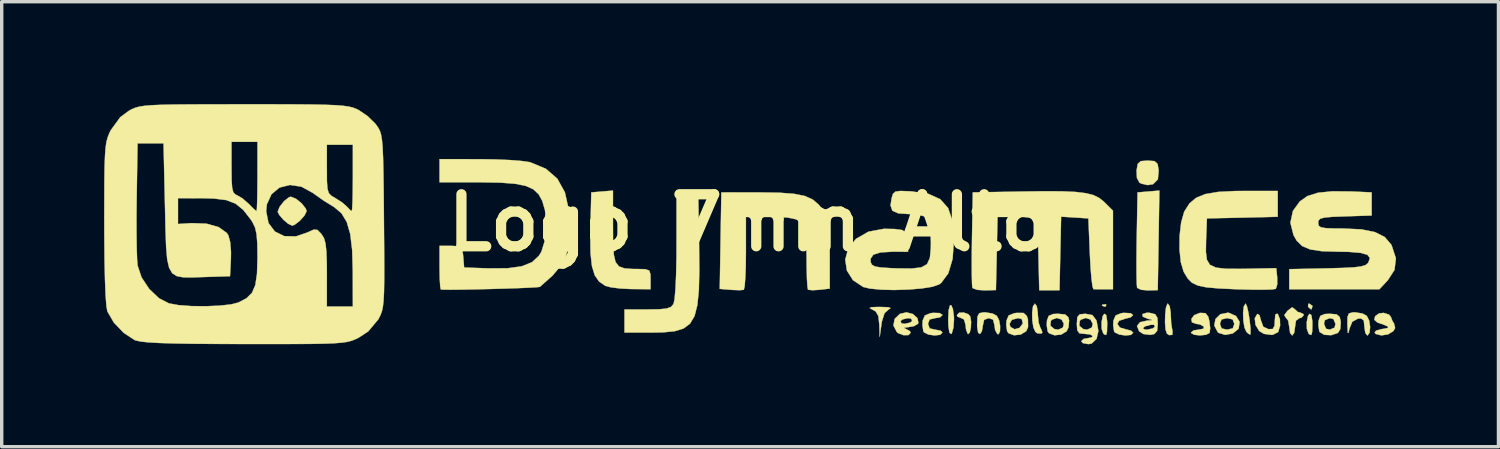
<source format=kicad_pcb>
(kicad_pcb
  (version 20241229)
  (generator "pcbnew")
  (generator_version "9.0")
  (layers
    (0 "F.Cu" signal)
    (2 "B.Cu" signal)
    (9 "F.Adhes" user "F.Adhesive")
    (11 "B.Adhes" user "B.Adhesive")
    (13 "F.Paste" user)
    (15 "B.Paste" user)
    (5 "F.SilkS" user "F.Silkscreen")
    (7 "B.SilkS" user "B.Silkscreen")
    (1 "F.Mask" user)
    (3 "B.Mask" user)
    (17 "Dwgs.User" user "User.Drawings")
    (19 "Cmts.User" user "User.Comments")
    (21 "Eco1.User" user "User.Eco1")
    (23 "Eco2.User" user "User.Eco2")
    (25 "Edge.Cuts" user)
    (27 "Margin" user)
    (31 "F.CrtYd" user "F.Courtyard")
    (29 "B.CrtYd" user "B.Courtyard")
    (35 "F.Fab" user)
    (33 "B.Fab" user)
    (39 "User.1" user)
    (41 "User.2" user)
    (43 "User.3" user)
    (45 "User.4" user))
  (footprint "Logo 7mm Alto"
    (layer "F.Cu")
    (at 18.886 3.475)
    (property "Reference" "Logo 7mm Alto" (at 0 0 0) (layer "F.SilkS") (effects (font (size 1.524 1.524) (thickness 0.3))))
    (attr through_hole)
    (fp_poly (pts (xy 10.47 2.399) (xy 10.459 2.449) (xy 10.414 2.455) (xy 10.344 2.424) (xy 10.358 2.399) (xy 10.458 2.389) (xy 10.47 2.399)) (stroke (width 0.01) (type solid)) (fill yes) (layer "F.SilkS"))
    (fp_poly (pts (xy 16.507 2.432) (xy 16.51 2.455) (xy 16.481 2.538) (xy 16.473 2.54) (xy 16.4 2.481) (xy 16.383 2.455) (xy 16.39 2.377) (xy 16.42 2.371) (xy 16.507 2.432)) (stroke (width 0.01) (type solid)) (fill yes) (layer "F.SilkS"))
    (fp_poly (pts (xy 10.47 2.705) (xy 10.497 2.884) (xy 10.499 2.958) (xy 10.493 3.193) (xy 10.469 3.288) (xy 10.414 3.272) (xy 10.386 3.246) (xy 10.338 3.112) (xy 10.334 2.912) (xy 10.369 2.733) (xy 10.414 2.667) (xy 10.47 2.705)) (stroke (width 0.01) (type solid)) (fill yes) (layer "F.SilkS"))
    (fp_poly (pts (xy 16.481 2.705) (xy 16.508 2.884) (xy 16.51 2.958) (xy 16.504 3.193) (xy 16.48 3.288) (xy 16.425 3.272) (xy 16.397 3.246) (xy 16.349 3.112) (xy 16.345 2.912) (xy 16.381 2.733) (xy 16.425 2.667) (xy 16.481 2.705)) (stroke (width 0.01) (type solid)) (fill yes) (layer "F.SilkS"))
    (fp_poly (pts (xy 5.978 2.523) (xy 6.008 2.737) (xy 6.011 2.836) (xy 5.994 3.074) (xy 5.949 3.233) (xy 5.927 3.26) (xy 5.876 3.216) (xy 5.847 3.023) (xy 5.842 2.836) (xy 5.855 2.56) (xy 5.893 2.422) (xy 5.927 2.413) (xy 5.978 2.523)) (stroke (width 0.01) (type solid)) (fill yes) (layer "F.SilkS"))
    (fp_poly (pts (xy 11.885 -1.805) (xy 11.974 -1.725) (xy 12.008 -1.533) (xy 11.983 -1.27) (xy 11.844 -1.13) (xy 11.684 -1.103) (xy 11.497 -1.147) (xy 11.445 -1.174) (xy 11.37 -1.311) (xy 11.36 -1.533) (xy 11.394 -1.726) (xy 11.484 -1.805) (xy 11.684 -1.82) (xy 11.885 -1.805)) (stroke (width 0.01) (type solid)) (fill yes) (layer "F.SilkS"))
    (fp_poly (pts (xy 12.004 0.516) (xy 11.98 1.974) (xy 11.694 1.982) (xy 11.492 1.964) (xy 11.379 1.909) (xy 11.375 1.902) (xy 11.365 1.791) (xy 11.359 1.541) (xy 11.357 1.184) (xy 11.36 0.751) (xy 11.364 0.462) (xy 11.388 -0.889) (xy 11.707 -0.915) (xy 12.027 -0.942) (xy 12.004 0.516)) (stroke (width 0.01) (type solid)) (fill yes) (layer "F.SilkS"))
    (fp_poly (pts (xy 14.592 2.445) (xy 14.635 2.629) (xy 14.672 2.864) (xy 14.696 3.09) (xy 14.697 3.248) (xy 14.689 3.279) (xy 14.631 3.247) (xy 14.578 3.199) (xy 14.521 3.07) (xy 14.487 2.863) (xy 14.48 2.637) (xy 14.5 2.453) (xy 14.55 2.371) (xy 14.554 2.371) (xy 14.592 2.445)) (stroke (width 0.01) (type solid)) (fill yes) (layer "F.SilkS"))
    (fp_poly (pts (xy 4.087 2.475) (xy 4.157 2.502) (xy 4.106 2.533) (xy 3.976 2.648) (xy 3.899 2.89) (xy 3.886 2.971) (xy 3.835 3.344) (xy 3.823 2.982) (xy 3.795 2.733) (xy 3.717 2.598) (xy 3.619 2.543) (xy 3.539 2.498) (xy 3.591 2.474) (xy 3.793 2.467) (xy 3.852 2.467) (xy 4.087 2.475)) (stroke (width 0.01) (type solid)) (fill yes) (layer "F.SilkS"))
    (fp_poly (pts (xy 6.435 2.683) (xy 6.486 2.745) (xy 6.512 2.897) (xy 6.505 3.074) (xy 6.473 3.216) (xy 6.425 3.262) (xy 6.413 3.254) (xy 6.363 3.125) (xy 6.35 2.992) (xy 6.303 2.832) (xy 6.223 2.794) (xy 6.11 2.748) (xy 6.096 2.709) (xy 6.16 2.637) (xy 6.298 2.631) (xy 6.435 2.683)) (stroke (width 0.01) (type solid)) (fill yes) (layer "F.SilkS"))
    (fp_poly (pts (xy 12.33 2.446) (xy 12.359 2.633) (xy 12.361 2.702) (xy 12.374 2.953) (xy 12.405 3.145) (xy 12.413 3.168) (xy 12.408 3.283) (xy 12.314 3.292) (xy 12.248 3.246) (xy 12.209 3.13) (xy 12.193 2.925) (xy 12.198 2.691) (xy 12.221 2.488) (xy 12.262 2.377) (xy 12.277 2.371) (xy 12.33 2.446)) (stroke (width 0.01) (type solid)) (fill yes) (layer "F.SilkS"))
    (fp_poly (pts (xy -13.267 -0.703) (xy -13.099 -0.567) (xy -12.978 -0.413) (xy -12.954 -0.339) (xy -13.014 -0.213) (xy -13.152 -0.059) (xy -13.303 0.058) (xy -13.377 0.085) (xy -13.494 0.03) (xy -13.631 -0.085) (xy -13.755 -0.229) (xy -13.801 -0.32) (xy -13.744 -0.467) (xy -13.615 -0.632) (xy -13.471 -0.746) (xy -13.415 -0.762) (xy -13.267 -0.703)) (stroke (width 0.01) (type solid)) (fill yes) (layer "F.SilkS"))
    (fp_poly (pts (xy 8.436 2.446) (xy 8.465 2.631) (xy 8.467 2.692) (xy 8.489 2.926) (xy 8.546 3.09) (xy 8.559 3.106) (xy 8.6 3.213) (xy 8.572 3.247) (xy 8.453 3.239) (xy 8.396 3.197) (xy 8.337 3.067) (xy 8.305 2.858) (xy 8.301 2.633) (xy 8.325 2.45) (xy 8.379 2.371) (xy 8.382 2.371) (xy 8.436 2.446)) (stroke (width 0.01) (type solid)) (fill yes) (layer "F.SilkS"))
    (fp_poly (pts (xy 15.981 2.52) (xy 16.085 2.616) (xy 16.136 2.625) (xy 16.244 2.673) (xy 16.256 2.709) (xy 16.187 2.784) (xy 16.129 2.794) (xy 16.028 2.87) (xy 16.002 3.048) (xy 15.977 3.226) (xy 15.918 3.302) (xy 15.917 3.302) (xy 15.857 3.229) (xy 15.833 3.055) (xy 15.801 2.867) (xy 15.728 2.773) (xy 15.686 2.707) (xy 15.784 2.576) (xy 15.917 2.477) (xy 15.981 2.52)) (stroke (width 0.01) (type solid)) (fill yes) (layer "F.SilkS"))
    (fp_poly (pts (xy 11.189 2.651) (xy 11.256 2.708) (xy 11.18 2.775) (xy 11.028 2.81) (xy 10.849 2.871) (xy 10.795 2.963) (xy 10.871 3.07) (xy 11.028 3.117) (xy 11.197 3.161) (xy 11.261 3.223) (xy 11.192 3.286) (xy 11.032 3.302) (xy 10.852 3.275) (xy 10.722 3.212) (xy 10.701 3.181) (xy 10.675 3.003) (xy 10.682 2.864) (xy 10.745 2.717) (xy 10.91 2.65) (xy 10.986 2.64) (xy 11.189 2.651)) (stroke (width 0.01) (type solid)) (fill yes) (layer "F.SilkS"))
    (fp_poly (pts (xy 15.501 2.682) (xy 15.559 2.827) (xy 15.564 3.017) (xy 15.506 3.203) (xy 15.358 3.279) (xy 15.314 3.285) (xy 15.092 3.255) (xy 14.954 3.174) (xy 14.844 2.993) (xy 14.822 2.801) (xy 14.896 2.671) (xy 14.96 2.706) (xy 15.001 2.856) (xy 15.071 3.048) (xy 15.219 3.117) (xy 15.35 3.112) (xy 15.402 3.015) (xy 15.409 2.868) (xy 15.425 2.689) (xy 15.478 2.663) (xy 15.501 2.682)) (stroke (width 0.01) (type solid)) (fill yes) (layer "F.SilkS"))
    (fp_poly (pts (xy 5.587 2.646) (xy 5.672 2.698) (xy 5.673 2.704) (xy 5.6 2.772) (xy 5.461 2.794) (xy 5.295 2.834) (xy 5.249 2.963) (xy 5.299 3.096) (xy 5.461 3.133) (xy 5.62 3.162) (xy 5.673 3.217) (xy 5.604 3.283) (xy 5.444 3.301) (xy 5.264 3.276) (xy 5.134 3.212) (xy 5.113 3.181) (xy 5.087 3.003) (xy 5.094 2.864) (xy 5.157 2.717) (xy 5.322 2.65) (xy 5.397 2.64) (xy 5.587 2.646)) (stroke (width 0.01) (type solid)) (fill yes) (layer "F.SilkS"))
    (fp_poly (pts (xy 18.755 2.691) (xy 18.806 2.752) (xy 18.859 2.887) (xy 18.898 2.942) (xy 18.934 3.083) (xy 18.881 3.175) (xy 18.727 3.27) (xy 18.528 3.3) (xy 18.367 3.257) (xy 18.334 3.223) (xy 18.373 3.162) (xy 18.532 3.117) (xy 18.562 3.113) (xy 18.717 3.085) (xy 18.728 3.044) (xy 18.586 2.98) (xy 18.416 2.924) (xy 18.323 2.844) (xy 18.349 2.738) (xy 18.463 2.656) (xy 18.598 2.641) (xy 18.755 2.691)) (stroke (width 0.01) (type solid)) (fill yes) (layer "F.SilkS"))
    (fp_poly (pts (xy 7.137 2.659) (xy 7.264 2.726) (xy 7.33 2.851) (xy 7.362 3.022) (xy 7.359 3.18) (xy 7.318 3.265) (xy 7.281 3.26) (xy 7.216 3.143) (xy 7.197 3.001) (xy 7.155 2.837) (xy 7.027 2.794) (xy 6.893 2.845) (xy 6.858 3.001) (xy 6.827 3.18) (xy 6.773 3.26) (xy 6.718 3.222) (xy 6.69 3.043) (xy 6.689 2.968) (xy 6.699 2.749) (xy 6.751 2.65) (xy 6.88 2.625) (xy 6.926 2.625) (xy 7.137 2.659)) (stroke (width 0.01) (type solid)) (fill yes) (layer "F.SilkS"))
    (fp_poly (pts (xy 13.378 2.649) (xy 13.46 2.754) (xy 13.492 2.883) (xy 13.516 3.091) (xy 13.5 3.224) (xy 13.499 3.226) (xy 13.393 3.282) (xy 13.218 3.3) (xy 13.048 3.282) (xy 12.956 3.23) (xy 12.954 3.217) (xy 13.027 3.154) (xy 13.171 3.133) (xy 13.315 3.106) (xy 13.335 3.048) (xy 13.216 2.978) (xy 13.112 2.963) (xy 12.982 2.918) (xy 12.966 2.816) (xy 13.048 2.707) (xy 13.211 2.642) (xy 13.218 2.641) (xy 13.378 2.649)) (stroke (width 0.01) (type solid)) (fill yes) (layer "F.SilkS"))
    (fp_poly (pts (xy 17.975 2.659) (xy 18.102 2.726) (xy 18.172 2.864) (xy 18.201 3.052) (xy 18.186 3.22) (xy 18.126 3.301) (xy 18.119 3.302) (xy 18.06 3.228) (xy 18.034 3.05) (xy 18.034 3.042) (xy 18.015 2.862) (xy 17.934 2.804) (xy 17.844 2.809) (xy 17.679 2.899) (xy 17.6 3.09) (xy 17.566 3.229) (xy 17.548 3.226) (xy 17.539 3.07) (xy 17.536 2.985) (xy 17.538 2.759) (xy 17.582 2.655) (xy 17.696 2.626) (xy 17.763 2.625) (xy 17.975 2.659)) (stroke (width 0.01) (type solid)) (fill yes) (layer "F.SilkS"))
    (fp_poly (pts (xy 14.063 2.639) (xy 14.272 2.732) (xy 14.378 2.902) (xy 14.351 3.096) (xy 14.342 3.111) (xy 14.178 3.243) (xy 13.957 3.285) (xy 13.762 3.226) (xy 13.737 3.204) (xy 13.636 3.012) (xy 13.645 2.963) (xy 13.801 2.963) (xy 13.85 3.096) (xy 14.012 3.133) (xy 14.178 3.093) (xy 14.224 2.963) (xy 14.174 2.831) (xy 14.012 2.794) (xy 13.846 2.834) (xy 13.801 2.963) (xy 13.645 2.963) (xy 13.671 2.821) (xy 13.813 2.68) (xy 14.034 2.636) (xy 14.063 2.639)) (stroke (width 0.01) (type solid)) (fill yes) (layer "F.SilkS"))
    (fp_poly (pts (xy 17.221 2.684) (xy 17.311 2.763) (xy 17.342 2.912) (xy 17.327 3.117) (xy 17.258 3.228) (xy 17.061 3.294) (xy 16.858 3.283) (xy 16.724 3.203) (xy 16.712 3.181) (xy 16.686 3.003) (xy 16.688 2.963) (xy 16.849 2.963) (xy 16.909 3.105) (xy 17.018 3.133) (xy 17.16 3.073) (xy 17.187 2.963) (xy 17.127 2.822) (xy 17.018 2.794) (xy 16.876 2.854) (xy 16.849 2.963) (xy 16.688 2.963) (xy 16.694 2.864) (xy 16.743 2.728) (xy 16.874 2.674) (xy 17.018 2.667) (xy 17.221 2.684)) (stroke (width 0.01) (type solid)) (fill yes) (layer "F.SilkS"))
    (fp_poly (pts (xy -3.979 0.119) (xy -3.976 0.599) (xy -3.955 0.935) (xy -3.903 1.153) (xy -3.805 1.279) (xy -3.645 1.337) (xy -3.409 1.354) (xy -3.265 1.355) (xy -3.029 1.361) (xy -2.916 1.402) (xy -2.881 1.514) (xy -2.879 1.651) (xy -2.879 1.947) (xy -3.45 1.942) (xy -3.772 1.926) (xy -4.048 1.89) (xy -4.204 1.848) (xy -4.385 1.724) (xy -4.513 1.54) (xy -4.595 1.271) (xy -4.637 0.892) (xy -4.644 0.379) (xy -4.64 0.169) (xy -4.614 -0.889) (xy -4.297 -0.915) (xy -3.979 -0.942) (xy -3.979 0.119)) (stroke (width 0.01) (type solid)) (fill yes) (layer "F.SilkS"))
    (fp_poly (pts (xy -1.799 -0.915) (xy -1.482 -0.889) (xy -1.456 0.677) (xy -1.45 1.4) (xy -1.463 1.972) (xy -1.507 2.41) (xy -1.589 2.732) (xy -1.721 2.955) (xy -1.911 3.098) (xy -2.169 3.177) (xy -2.505 3.211) (xy -2.848 3.217) (xy -3.641 3.217) (xy -3.641 2.54) (xy -2.966 2.54) (xy -2.62 2.535) (xy -2.404 2.513) (xy -2.28 2.466) (xy -2.21 2.386) (xy -2.204 2.376) (xy -2.174 2.234) (xy -2.149 1.947) (xy -2.13 1.539) (xy -2.119 1.034) (xy -2.117 0.635) (xy -2.117 -0.942) (xy -1.799 -0.915)) (stroke (width 0.01) (type solid)) (fill yes) (layer "F.SilkS"))
    (fp_poly (pts (xy 8.047 2.643) (xy 8.142 2.728) (xy 8.177 2.832) (xy 8.181 3.057) (xy 8.127 3.176) (xy 7.968 3.275) (xy 7.771 3.296) (xy 7.611 3.239) (xy 7.568 3.181) (xy 7.542 3.003) (xy 7.544 2.965) (xy 7.638 2.965) (xy 7.665 3.053) (xy 7.785 3.12) (xy 7.931 3.079) (xy 8.025 2.953) (xy 8.027 2.941) (xy 7.995 2.82) (xy 7.885 2.794) (xy 7.705 2.844) (xy 7.638 2.965) (xy 7.544 2.965) (xy 7.55 2.864) (xy 7.613 2.716) (xy 7.779 2.65) (xy 7.85 2.641) (xy 8.047 2.643)) (stroke (width 0.01) (type solid)) (fill yes) (layer "F.SilkS"))
    (fp_poly (pts (xy 9.267 2.687) (xy 9.36 2.769) (xy 9.383 2.862) (xy 9.364 3.069) (xy 9.309 3.18) (xy 9.152 3.276) (xy 8.955 3.296) (xy 8.795 3.238) (xy 8.754 3.181) (xy 8.73 3.019) (xy 8.835 3.019) (xy 8.953 3.115) (xy 9.064 3.133) (xy 9.202 3.07) (xy 9.229 2.963) (xy 9.163 2.835) (xy 9.02 2.789) (xy 8.878 2.841) (xy 8.848 2.879) (xy 8.835 3.019) (xy 8.73 3.019) (xy 8.728 3.003) (xy 8.735 2.864) (xy 8.785 2.728) (xy 8.915 2.674) (xy 9.059 2.667) (xy 9.267 2.687)) (stroke (width 0.01) (type solid)) (fill yes) (layer "F.SilkS"))
    (fp_poly (pts (xy 11.748 2.64) (xy 11.906 2.681) (xy 11.97 2.788) (xy 11.98 2.963) (xy 11.962 3.167) (xy 11.883 3.258) (xy 11.761 3.285) (xy 11.556 3.259) (xy 11.437 3.183) (xy 11.4 3.093) (xy 11.541 3.093) (xy 11.608 3.13) (xy 11.665 3.133) (xy 11.833 3.097) (xy 11.896 3.048) (xy 11.873 2.99) (xy 11.776 2.989) (xy 11.605 3.036) (xy 11.541 3.093) (xy 11.4 3.093) (xy 11.372 3.025) (xy 11.461 2.913) (xy 11.668 2.867) (xy 11.812 2.856) (xy 11.795 2.838) (xy 11.705 2.819) (xy 11.543 2.753) (xy 11.531 2.677) (xy 11.658 2.636) (xy 11.748 2.64)) (stroke (width 0.01) (type solid)) (fill yes) (layer "F.SilkS"))
    (fp_poly (pts (xy 4.807 2.675) (xy 4.939 2.794) (xy 4.968 2.931) (xy 4.955 2.96) (xy 4.838 3.029) (xy 4.673 3.058) (xy 4.546 3.074) (xy 4.582 3.103) (xy 4.593 3.106) (xy 4.719 3.176) (xy 4.741 3.224) (xy 4.676 3.291) (xy 4.53 3.293) (xy 4.376 3.234) (xy 4.335 3.2) (xy 4.236 3.008) (xy 4.262 2.879) (xy 4.445 2.879) (xy 4.47 2.946) (xy 4.562 2.963) (xy 4.726 2.926) (xy 4.784 2.879) (xy 4.758 2.811) (xy 4.667 2.794) (xy 4.503 2.832) (xy 4.445 2.879) (xy 4.262 2.879) (xy 4.274 2.815) (xy 4.424 2.671) (xy 4.621 2.625) (xy 4.807 2.675)) (stroke (width 0.01) (type solid)) (fill yes) (layer "F.SilkS"))
    (fp_poly (pts (xy 10.066 2.706) (xy 10.178 2.853) (xy 10.191 2.888) (xy 10.24 3.172) (xy 10.187 3.402) (xy 10.046 3.537) (xy 9.947 3.556) (xy 9.788 3.527) (xy 9.737 3.471) (xy 9.808 3.403) (xy 9.906 3.387) (xy 10.044 3.359) (xy 10.075 3.32) (xy 10.002 3.272) (xy 9.842 3.256) (xy 9.686 3.24) (xy 9.622 3.151) (xy 9.613 3.019) (xy 9.681 3.019) (xy 9.799 3.115) (xy 9.911 3.133) (xy 10.049 3.07) (xy 10.075 2.963) (xy 10.01 2.835) (xy 9.867 2.789) (xy 9.725 2.841) (xy 9.694 2.879) (xy 9.681 3.019) (xy 9.613 3.019) (xy 9.61 2.963) (xy 9.624 2.764) (xy 9.696 2.683) (xy 9.862 2.667) (xy 10.066 2.706)) (stroke (width 0.01) (type solid)) (fill yes) (layer "F.SilkS"))
    (fp_poly (pts (xy 0.339 -0.888) (xy 0.905 -0.879) (xy 1.332 -0.846) (xy 1.647 -0.782) (xy 1.879 -0.676) (xy 2.057 -0.52) (xy 2.205 -0.313) (xy 2.279 -0.166) (xy 2.327 0.012) (xy 2.355 0.257) (xy 2.368 0.607) (xy 2.37 0.943) (xy 2.371 1.929) (xy 2.072 1.964) (xy 1.863 1.977) (xy 1.74 1.963) (xy 1.733 1.959) (xy 1.717 1.863) (xy 1.703 1.635) (xy 1.695 1.312) (xy 1.693 1.044) (xy 1.686 0.569) (xy 1.648 0.237) (xy 1.557 0.023) (xy 1.392 -0.099) (xy 1.129 -0.154) (xy 0.746 -0.169) (xy 0.635 -0.169) (xy -0.085 -0.169) (xy -0.085 0.884) (xy -0.089 1.287) (xy -0.103 1.623) (xy -0.122 1.86) (xy -0.146 1.963) (xy -0.148 1.965) (xy -0.267 1.976) (xy -0.481 1.968) (xy -0.531 1.965) (xy -0.851 1.937) (xy -0.804 -0.889) (xy 0.339 -0.888)) (stroke (width 0.01) (type solid)) (fill yes) (layer "F.SilkS"))
    (fp_poly (pts (xy 15.494 -0.175) (xy 14.457 -0.151) (xy 13.42 -0.127) (xy 13.395 0.524) (xy 13.39 0.854) (xy 13.419 1.084) (xy 13.508 1.232) (xy 13.682 1.314) (xy 13.966 1.348) (xy 14.385 1.351) (xy 14.587 1.348) (xy 15.452 1.331) (xy 15.479 1.608) (xy 15.479 1.812) (xy 15.44 1.934) (xy 15.437 1.937) (xy 15.33 1.954) (xy 15.089 1.961) (xy 14.746 1.96) (xy 14.336 1.95) (xy 14.258 1.947) (xy 13.761 1.924) (xy 13.403 1.892) (xy 13.154 1.84) (xy 12.983 1.758) (xy 12.86 1.636) (xy 12.755 1.463) (xy 12.737 1.429) (xy 12.656 1.158) (xy 12.617 0.786) (xy 12.621 0.376) (xy 12.666 -0.011) (xy 12.751 -0.312) (xy 12.764 -0.339) (xy 12.91 -0.567) (xy 13.105 -0.731) (xy 13.374 -0.84) (xy 13.746 -0.903) (xy 14.246 -0.929) (xy 14.499 -0.931) (xy 15.494 -0.931) (xy 15.494 -0.175)) (stroke (width 0.01) (type solid)) (fill yes) (layer "F.SilkS"))
    (fp_poly (pts (xy 9.182 -0.92) (xy 9.578 -0.902) (xy 9.873 -0.866) (xy 10.093 -0.81) (xy 10.26 -0.729) (xy 10.397 -0.622) (xy 10.428 -0.592) (xy 10.668 -0.352) (xy 10.668 1.947) (xy 10.414 1.947) (xy 10.212 1.947) (xy 10.097 1.948) (xy 10.069 1.869) (xy 10.04 1.653) (xy 10.013 1.332) (xy 9.992 0.939) (xy 9.991 0.911) (xy 9.948 -0.127) (xy 9.549 -0.153) (xy 9.149 -0.178) (xy 9.125 0.9) (xy 9.102 1.978) (xy 8.805 1.978) (xy 8.509 1.978) (xy 8.488 1.095) (xy 8.476 0.609) (xy 8.458 0.266) (xy 8.42 0.042) (xy 8.35 -0.088) (xy 8.235 -0.15) (xy 8.062 -0.168) (xy 7.833 -0.169) (xy 7.286 -0.169) (xy 7.263 0.901) (xy 7.239 1.972) (xy 6.911 1.981) (xy 6.693 1.966) (xy 6.561 1.918) (xy 6.549 1.902) (xy 6.539 1.791) (xy 6.533 1.541) (xy 6.531 1.184) (xy 6.534 0.751) (xy 6.538 0.462) (xy 6.562 -0.889) (xy 8.001 -0.914) (xy 8.665 -0.923) (xy 9.182 -0.92)) (stroke (width 0.01) (type solid)) (fill yes) (layer "F.SilkS"))
    (fp_poly (pts (xy 17.651 -0.916) (xy 17.653 -0.916) (xy 18.246 -0.889) (xy 18.246 -0.212) (xy 17.462 -0.187) (xy 17.094 -0.173) (xy 16.863 -0.152) (xy 16.738 -0.117) (xy 16.687 -0.061) (xy 16.679 0.003) (xy 16.693 0.084) (xy 16.758 0.133) (xy 16.905 0.159) (xy 17.169 0.168) (xy 17.402 0.169) (xy 17.944 0.194) (xy 18.345 0.275) (xy 18.628 0.418) (xy 18.814 0.633) (xy 18.833 0.666) (xy 18.956 1.042) (xy 18.916 1.381) (xy 18.72 1.684) (xy 18.474 1.947) (xy 15.833 1.947) (xy 15.833 1.36) (xy 16.945 1.336) (xy 17.408 1.323) (xy 17.731 1.306) (xy 17.941 1.279) (xy 18.067 1.24) (xy 18.137 1.183) (xy 18.152 1.162) (xy 18.194 1.031) (xy 18.121 0.939) (xy 17.919 0.882) (xy 17.572 0.853) (xy 17.255 0.848) (xy 16.782 0.833) (xy 16.445 0.782) (xy 16.212 0.683) (xy 16.049 0.524) (xy 15.958 0.365) (xy 15.865 -0.00036) (xy 15.94 -0.346) (xy 16.142 -0.625) (xy 16.364 -0.781) (xy 16.672 -0.878) (xy 17.092 -0.921) (xy 17.651 -0.916)) (stroke (width 0.01) (type solid)) (fill yes) (layer "F.SilkS"))
    (fp_poly (pts (xy -7.895 -1.862) (xy -7.436 -1.855) (xy -7.009 -1.837) (xy -6.657 -1.809) (xy -6.424 -1.776) (xy -6.399 -1.77) (xy -5.944 -1.58) (xy -5.609 -1.29) (xy -5.387 -0.889) (xy -5.271 -0.367) (xy -5.249 0.059) (xy -5.269 0.551) (xy -5.343 0.931) (xy -5.496 1.247) (xy -5.751 1.55) (xy -6.12 1.878) (xy -6.211 1.889) (xy -6.437 1.902) (xy -6.764 1.916) (xy -7.158 1.929) (xy -7.584 1.941) (xy -8.01 1.951) (xy -8.401 1.959) (xy -8.723 1.962) (xy -8.942 1.961) (xy -9.024 1.954) (xy -9.041 1.859) (xy -9.054 1.639) (xy -9.059 1.339) (xy -9.059 1.298) (xy -9.059 0.677) (xy -8.726 0.677) (xy -8.51 0.688) (xy -8.41 0.749) (xy -8.374 0.91) (xy -8.366 0.995) (xy -8.34 1.312) (xy -7.615 1.337) (xy -7.061 1.333) (xy -6.647 1.275) (xy -6.35 1.155) (xy -6.147 0.966) (xy -6.075 0.847) (xy -5.966 0.492) (xy -5.931 0.061) (xy -5.971 -0.368) (xy -6.051 -0.641) (xy -6.158 -0.836) (xy -6.31 -0.979) (xy -6.532 -1.079) (xy -6.846 -1.142) (xy -7.279 -1.175) (xy -7.854 -1.185) (xy -7.914 -1.185) (xy -9.059 -1.185) (xy -9.059 -1.863) (xy -7.895 -1.862)) (stroke (width 0.01) (type solid)) (fill yes) (layer "F.SilkS"))
    (fp_poly (pts (xy 4.694 -0.922) (xy 4.787 -0.916) (xy 5.263 -0.845) (xy 5.608 -0.689) (xy 5.838 -0.431) (xy 5.967 -0.055) (xy 6.01 0.457) (xy 6.01 0.49) (xy 5.97 1.058) (xy 5.845 1.481) (xy 5.637 1.761) (xy 5.574 1.807) (xy 5.38 1.875) (xy 5.065 1.925) (xy 4.676 1.957) (xy 4.26 1.97) (xy 3.865 1.96) (xy 3.538 1.927) (xy 3.352 1.882) (xy 3.052 1.683) (xy 2.874 1.402) (xy 2.825 1.08) (xy 2.912 0.756) (xy 3.138 0.474) (xy 3.503 0.263) (xy 3.957 0.178) (xy 4.279 0.184) (xy 4.496 0.214) (xy 4.597 0.287) (xy 4.634 0.456) (xy 4.641 0.529) (xy 4.667 0.847) (xy 4.217 0.848) (xy 3.859 0.869) (xy 3.648 0.936) (xy 3.566 1.057) (xy 3.57 1.153) (xy 3.604 1.23) (xy 3.692 1.28) (xy 3.868 1.311) (xy 4.164 1.33) (xy 4.36 1.337) (xy 4.778 1.341) (xy 5.056 1.307) (xy 5.222 1.212) (xy 5.304 1.033) (xy 5.332 0.749) (xy 5.334 0.571) (xy 5.32 0.19) (xy 5.261 -0.054) (xy 5.135 -0.189) (xy 4.919 -0.245) (xy 4.693 -0.254) (xy 4.378 -0.275) (xy 4.205 -0.353) (xy 4.152 -0.509) (xy 4.186 -0.729) (xy 4.225 -0.848) (xy 4.294 -0.911) (xy 4.437 -0.931) (xy 4.694 -0.922)) (stroke (width 0.01) (type solid)) (fill yes) (layer "F.SilkS"))
    (fp_poly (pts (xy -13.992 -3.47) (xy -13.342 -3.468) (xy -12.826 -3.464) (xy -12.424 -3.456) (xy -12.119 -3.444) (xy -11.892 -3.427) (xy -11.726 -3.404) (xy -11.601 -3.374) (xy -11.5 -3.336) (xy -11.434 -3.304) (xy -11.17 -3.126) (xy -10.941 -2.902) (xy -10.908 -2.859) (xy -10.852 -2.777) (xy -10.807 -2.69) (xy -10.773 -2.581) (xy -10.747 -2.428) (xy -10.728 -2.212) (xy -10.714 -1.914) (xy -10.705 -1.513) (xy -10.697 -0.989) (xy -10.691 -0.324) (xy -10.689 -0.042) (xy -10.683 0.681) (xy -10.68 1.254) (xy -10.681 1.699) (xy -10.687 2.036) (xy -10.7 2.284) (xy -10.72 2.465) (xy -10.749 2.598) (xy -10.789 2.703) (xy -10.839 2.802) (xy -10.858 2.836) (xy -11.15 3.184) (xy -11.427 3.365) (xy -11.532 3.416) (xy -11.637 3.457) (xy -11.76 3.489) (xy -11.922 3.513) (xy -12.14 3.53) (xy -12.433 3.542) (xy -12.82 3.549) (xy -13.319 3.552) (xy -13.95 3.553) (xy -14.73 3.553) (xy -14.771 3.553) (xy -15.614 3.55) (xy -16.303 3.545) (xy -16.852 3.535) (xy -17.277 3.522) (xy -17.592 3.504) (xy -17.812 3.48) (xy -17.953 3.45) (xy -17.992 3.436) (xy -18.312 3.226) (xy -18.6 2.925) (xy -18.79 2.599) (xy -18.791 2.598) (xy -18.819 2.434) (xy -18.843 2.115) (xy -18.861 1.655) (xy -18.874 1.066) (xy -18.88 0.362) (xy -18.881 0.012) (xy -18.881 -0.187) (xy -17.938 -0.187) (xy -17.937 0.312) (xy -17.931 0.743) (xy -17.92 1.071) (xy -17.905 1.255) (xy -17.789 1.603) (xy -17.565 1.939) (xy -17.278 2.212) (xy -16.987 2.363) (xy -16.704 2.414) (xy -16.326 2.442) (xy -15.906 2.446) (xy -15.498 2.429) (xy -15.157 2.39) (xy -14.952 2.337) (xy -14.715 2.213) (xy -14.554 2.053) (xy -14.456 1.825) (xy -14.407 1.495) (xy -14.393 1.031) (xy -14.393 1.01) (xy -14.398 0.611) (xy -14.419 0.338) (xy -14.463 0.144) (xy -14.538 -0.014) (xy -14.584 -0.086) (xy -14.779 -0.338) (xy -14.139 -0.338) (xy -14.071 0.009) (xy -13.883 0.258) (xy -13.606 0.393) (xy -13.267 0.4) (xy -12.934 0.286) (xy -12.749 0.202) (xy -12.639 0.209) (xy -12.531 0.318) (xy -12.515 0.338) (xy -12.446 0.449) (xy -12.401 0.605) (xy -12.375 0.838) (xy -12.363 1.184) (xy -12.361 1.491) (xy -12.361 2.455) (xy -11.599 2.455) (xy -11.601 1.418) (xy -11.619 0.802) (xy -11.676 0.33) (xy -11.778 -0.023) (xy -11.933 -0.278) (xy -12.148 -0.46) (xy -12.197 -0.489) (xy -12.44 -0.639) (xy -12.707 -0.826) (xy -12.762 -0.868) (xy -13.107 -1.057) (xy -13.446 -1.107) (xy -13.748 -1.03) (xy -13.982 -0.837) (xy -14.118 -0.541) (xy -14.139 -0.338) (xy -14.779 -0.338) (xy -14.805 -0.372) (xy -15.032 -0.558) (xy -15.308 -0.664) (xy -15.679 -0.71) (xy -15.984 -0.718) (xy -16.722 -0.72) (xy -16.722 0.037) (xy -16.319 0.012) (xy -15.886 0.028) (xy -15.533 0.127) (xy -15.296 0.296) (xy -15.248 0.365) (xy -15.194 0.561) (xy -15.169 0.854) (xy -15.172 1.062) (xy -15.198 1.566) (xy -15.961 1.59) (xy -16.299 1.602) (xy -16.559 1.6) (xy -16.753 1.566) (xy -16.89 1.479) (xy -16.981 1.322) (xy -17.038 1.074) (xy -17.069 0.716) (xy -17.087 0.23) (xy -17.101 -0.404) (xy -17.103 -0.48) (xy -17.145 -2.328) (xy -17.907 -2.328) (xy -17.932 -0.72) (xy -17.938 -0.187) (xy -18.881 -0.187) (xy -18.88 -0.681) (xy -18.878 -1.228) (xy -18.872 -1.648) (xy -18.86 -1.964) (xy -18.843 -2.198) (xy -18.817 -2.371) (xy -18.817 -2.371) (xy -15.155 -2.371) (xy -15.155 -1.614) (xy -15.151 -1.248) (xy -15.135 -1.017) (xy -15.099 -0.887) (xy -15.037 -0.824) (xy -14.999 -0.809) (xy -14.834 -0.714) (xy -14.65 -0.553) (xy -14.646 -0.549) (xy -14.506 -0.407) (xy -14.425 -0.34) (xy -14.421 -0.339) (xy -14.41 -0.418) (xy -14.402 -0.634) (xy -14.396 -0.953) (xy -14.393 -1.344) (xy -14.393 -1.355) (xy -14.393 -2.286) (xy -12.361 -2.286) (xy -12.361 -1.569) (xy -12.359 -1.219) (xy -12.344 -0.999) (xy -12.305 -0.869) (xy -12.231 -0.79) (xy -12.122 -0.727) (xy -11.915 -0.596) (xy -11.773 -0.471) (xy -11.67 -0.363) (xy -11.631 -0.339) (xy -11.619 -0.418) (xy -11.608 -0.633) (xy -11.602 -0.95) (xy -11.599 -1.312) (xy -11.599 -2.286) (xy -12.361 -2.286) (xy -14.393 -2.286) (xy -14.393 -2.371) (xy -15.155 -2.371) (xy -18.817 -2.371) (xy -18.781 -2.504) (xy -18.735 -2.621) (xy -18.69 -2.712) (xy -18.412 -3.093) (xy -18.161 -3.279) (xy -18.068 -3.329) (xy -17.972 -3.369) (xy -17.856 -3.401) (xy -17.702 -3.425) (xy -17.491 -3.443) (xy -17.204 -3.455) (xy -16.824 -3.463) (xy -16.333 -3.467) (xy -15.712 -3.469) (xy -14.943 -3.47) (xy -14.792 -3.47) (xy -13.992 -3.47)) (stroke (width 0.01) (type solid)) (fill yes) (layer "F.SilkS")))
  (gr_rect
    (start -3 -3)
    (end 40.847 10.036)
    (stroke (width 0.1) (type default))
    (fill no)
    (layer "Edge.Cuts")))
</source>
